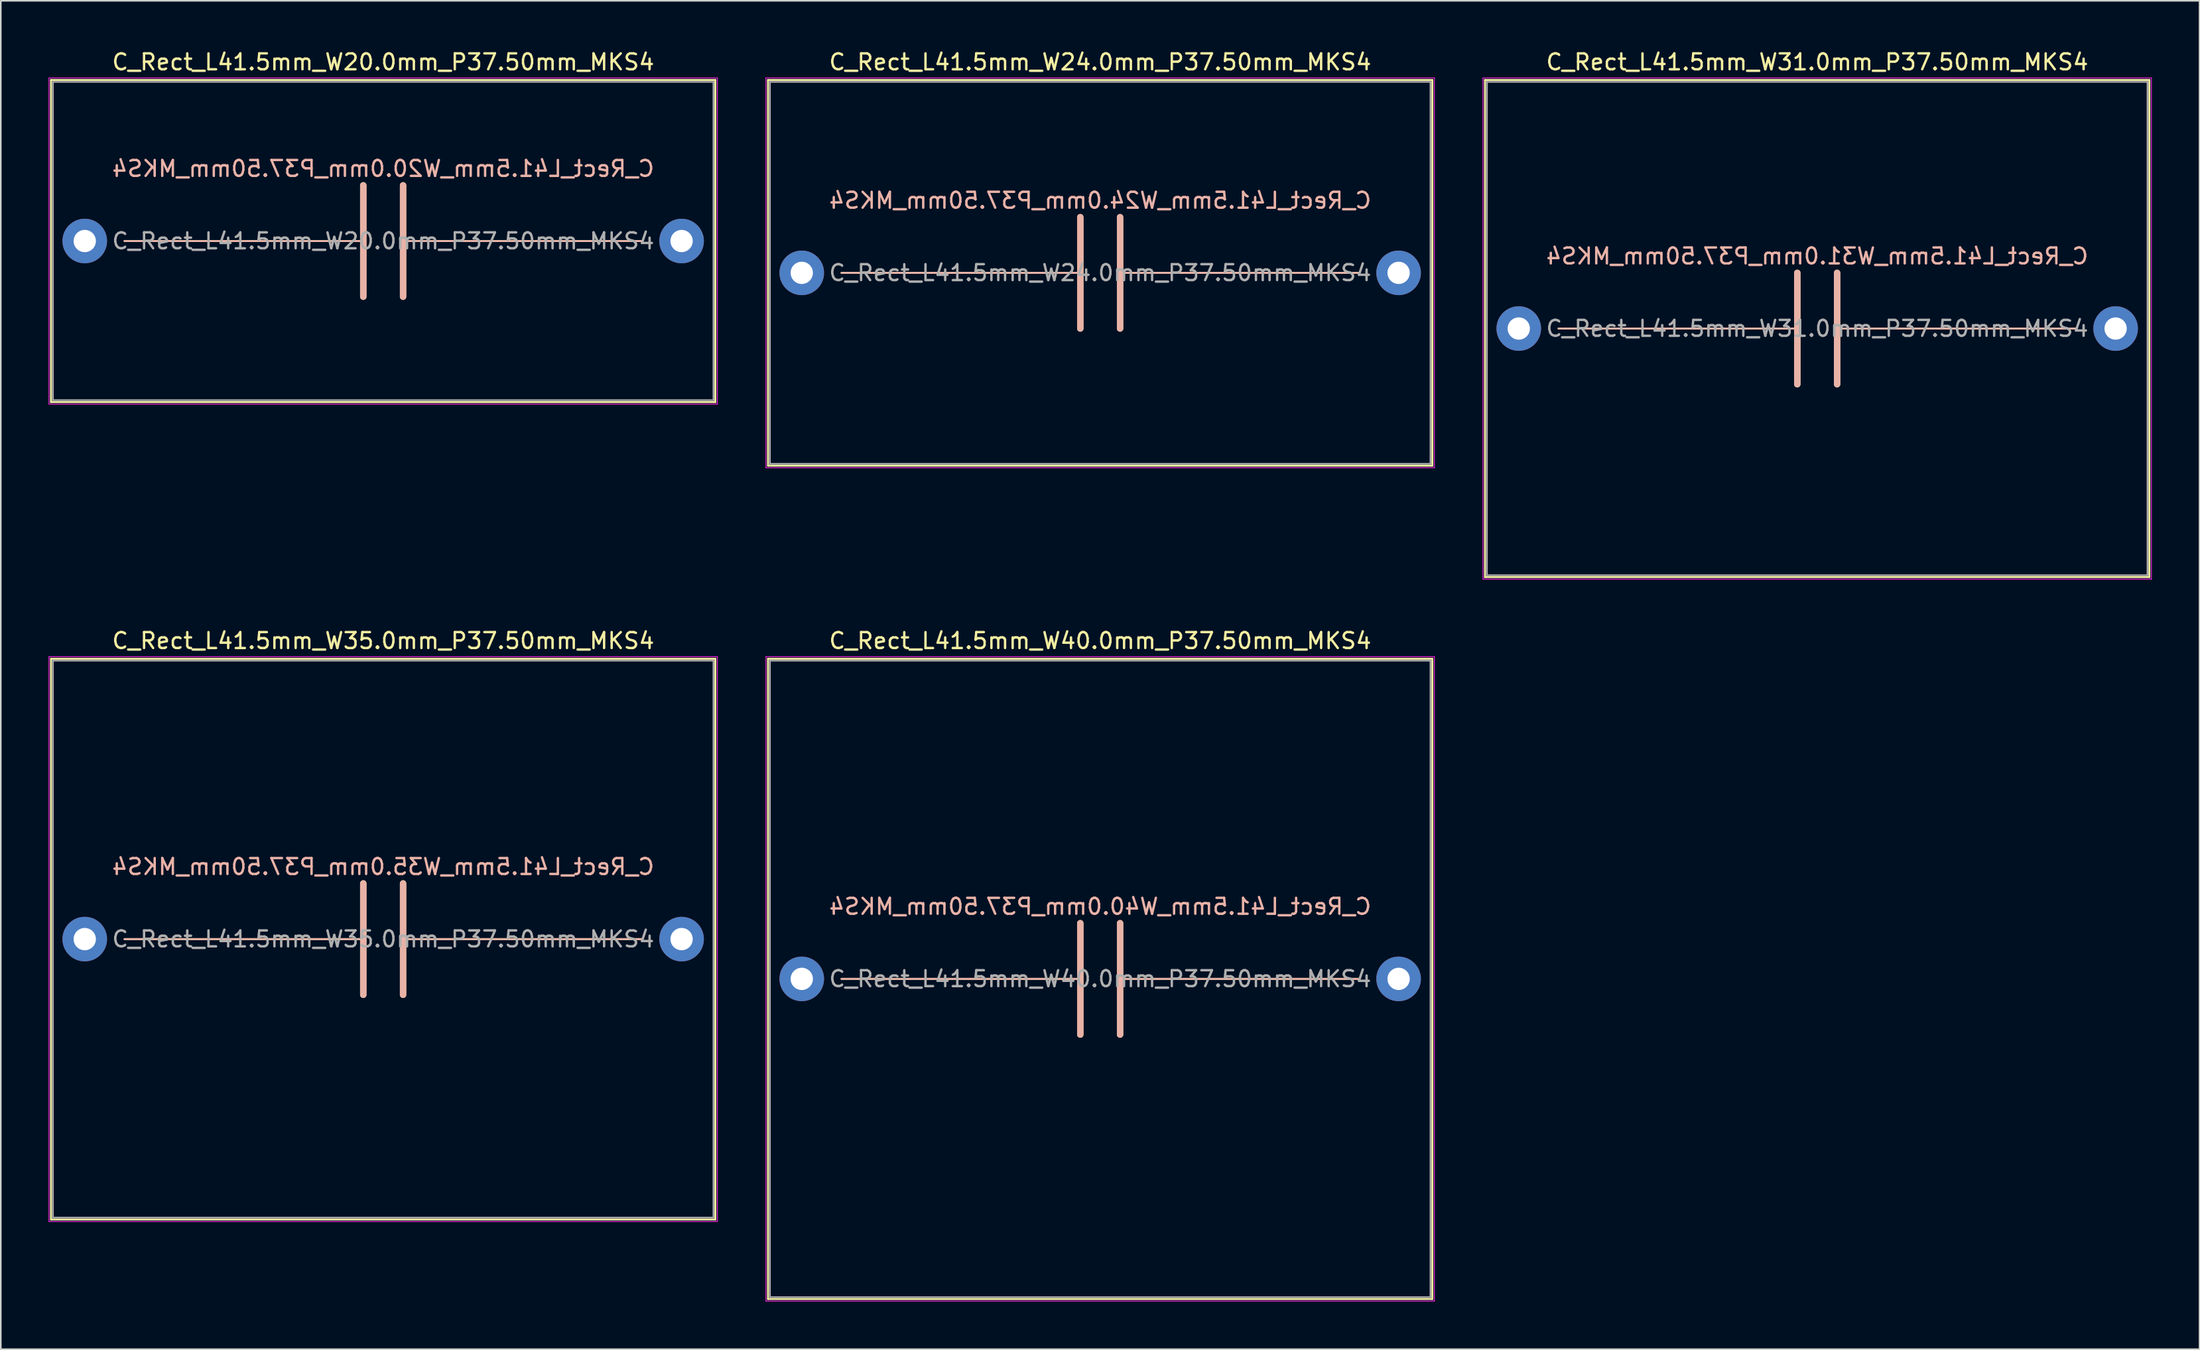
<source format=kicad_pcb>
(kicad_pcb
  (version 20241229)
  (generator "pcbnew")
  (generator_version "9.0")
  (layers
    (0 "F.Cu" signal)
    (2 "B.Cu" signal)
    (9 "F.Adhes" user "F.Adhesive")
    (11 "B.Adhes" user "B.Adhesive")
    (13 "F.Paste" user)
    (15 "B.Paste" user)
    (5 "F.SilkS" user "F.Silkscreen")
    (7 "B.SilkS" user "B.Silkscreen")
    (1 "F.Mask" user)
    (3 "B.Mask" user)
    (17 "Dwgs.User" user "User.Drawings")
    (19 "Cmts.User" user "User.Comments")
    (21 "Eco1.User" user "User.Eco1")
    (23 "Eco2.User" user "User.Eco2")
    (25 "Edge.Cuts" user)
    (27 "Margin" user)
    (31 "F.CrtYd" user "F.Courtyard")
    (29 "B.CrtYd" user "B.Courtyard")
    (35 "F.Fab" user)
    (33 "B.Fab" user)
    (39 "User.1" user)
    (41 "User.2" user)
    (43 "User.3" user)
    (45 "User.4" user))
  (footprint "C_Rect_L41.5mm_W31.0mm_P37.50mm_MKS4"
    (layer "F.Cu")
    (at 92.375 17.598)
    (property "Reference" "C_Rect_L41.5mm_W31.0mm_P37.50mm_MKS4" (at 18.75 -16.75 0) (layer "F.SilkS") (effects (font (size 1 1) (thickness 0.15))))
    (fp_line (start -2.12 -15.62) (end -2.12 15.62) (stroke (width 0.12) (type solid)) (layer "F.SilkS"))
    (fp_line (start -2.12 -15.62) (end 39.62 -15.62) (stroke (width 0.12) (type solid)) (layer "F.SilkS"))
    (fp_line (start -2.12 15.62) (end 39.62 15.62) (stroke (width 0.12) (type solid)) (layer "F.SilkS"))
    (fp_line (start 2.5 0) (end 17.5 0) (stroke (width 0.12) (type solid)) (layer "F.SilkS"))
    (fp_line (start 17.5 -3.5) (end 17.5 3.5) (stroke (width 0.4) (type solid)) (layer "F.SilkS"))
    (fp_line (start 20 -3.5) (end 20 3.5) (stroke (width 0.4) (type solid)) (layer "F.SilkS"))
    (fp_line (start 20 0) (end 35 0) (stroke (width 0.12) (type solid)) (layer "F.SilkS"))
    (fp_line (start 39.62 -15.62) (end 39.62 15.62) (stroke (width 0.12) (type solid)) (layer "F.SilkS"))
    (fp_line (start 2.5 0) (end 17.5 0) (stroke (width 0.12) (type solid)) (layer "B.SilkS"))
    (fp_line (start 17.5 3.5) (end 17.5 -3.5) (stroke (width 0.4) (type solid)) (layer "B.SilkS"))
    (fp_line (start 20 0) (end 35 0) (stroke (width 0.12) (type solid)) (layer "B.SilkS"))
    (fp_line (start 20 3.5) (end 20 -3.5) (stroke (width 0.4) (type solid)) (layer "B.SilkS"))
    (fp_line (start -2.25 -15.75) (end -2.25 15.75) (stroke (width 0.05) (type solid)) (layer "F.CrtYd"))
    (fp_line (start -2.25 15.75) (end 39.75 15.75) (stroke (width 0.05) (type solid)) (layer "F.CrtYd"))
    (fp_line (start 39.75 -15.75) (end -2.25 -15.75) (stroke (width 0.05) (type solid)) (layer "F.CrtYd"))
    (fp_line (start 39.75 15.75) (end 39.75 -15.75) (stroke (width 0.05) (type solid)) (layer "F.CrtYd"))
    (fp_line (start -2 -15.5) (end -2 15.5) (stroke (width 0.1) (type solid)) (layer "F.Fab"))
    (fp_line (start -2 15.5) (end 39.5 15.5) (stroke (width 0.1) (type solid)) (layer "F.Fab"))
    (fp_line (start 39.5 -15.5) (end -2 -15.5) (stroke (width 0.1) (type solid)) (layer "F.Fab"))
    (fp_line (start 39.5 15.5) (end 39.5 -15.5) (stroke (width 0.1) (type solid)) (layer "F.Fab"))
    (fp_text user "${REFERENCE}" (at 18.75 -4.55 0) (layer "B.SilkS") (effects (font (size 1 1) (thickness 0.15)) (justify mirror)))
    (fp_text user "${REFERENCE}" (at 18.75 0 0) (layer "F.Fab") (effects (font (size 1 1) (thickness 0.15))))
    (pad "1" thru_hole circle (at 0 0) (size 2.8 2.8) (drill 1.4) (layers "*.Cu" "*.Mask"))
    (pad "2" thru_hole circle (at 37.5 0) (size 2.8 2.8) (drill 1.4) (layers "*.Cu" "*.Mask")))
  (footprint "C_Rect_L41.5mm_W40.0mm_P37.50mm_MKS4"
    (layer "F.Cu")
    (at 47.325 58.471)
    (property "Reference" "C_Rect_L41.5mm_W40.0mm_P37.50mm_MKS4" (at 18.75 -21.25 0) (layer "F.SilkS") (effects (font (size 1 1) (thickness 0.15))))
    (fp_line (start -2.12 -20.12) (end -2.12 20.12) (stroke (width 0.12) (type solid)) (layer "F.SilkS"))
    (fp_line (start -2.12 -20.12) (end 39.62 -20.12) (stroke (width 0.12) (type solid)) (layer "F.SilkS"))
    (fp_line (start -2.12 20.12) (end 39.62 20.12) (stroke (width 0.12) (type solid)) (layer "F.SilkS"))
    (fp_line (start 2.5 0) (end 17.5 0) (stroke (width 0.12) (type solid)) (layer "F.SilkS"))
    (fp_line (start 17.5 -3.5) (end 17.5 3.5) (stroke (width 0.4) (type solid)) (layer "F.SilkS"))
    (fp_line (start 20 -3.5) (end 20 3.5) (stroke (width 0.4) (type solid)) (layer "F.SilkS"))
    (fp_line (start 20 0) (end 35 0) (stroke (width 0.12) (type solid)) (layer "F.SilkS"))
    (fp_line (start 39.62 -20.12) (end 39.62 20.12) (stroke (width 0.12) (type solid)) (layer "F.SilkS"))
    (fp_line (start 2.5 0) (end 17.5 0) (stroke (width 0.12) (type solid)) (layer "B.SilkS"))
    (fp_line (start 17.5 3.5) (end 17.5 -3.5) (stroke (width 0.4) (type solid)) (layer "B.SilkS"))
    (fp_line (start 20 0) (end 35 0) (stroke (width 0.12) (type solid)) (layer "B.SilkS"))
    (fp_line (start 20 3.5) (end 20 -3.5) (stroke (width 0.4) (type solid)) (layer "B.SilkS"))
    (fp_line (start -2.25 -20.25) (end -2.25 20.25) (stroke (width 0.05) (type solid)) (layer "F.CrtYd"))
    (fp_line (start -2.25 20.25) (end 39.75 20.25) (stroke (width 0.05) (type solid)) (layer "F.CrtYd"))
    (fp_line (start 39.75 -20.25) (end -2.25 -20.25) (stroke (width 0.05) (type solid)) (layer "F.CrtYd"))
    (fp_line (start 39.75 20.25) (end 39.75 -20.25) (stroke (width 0.05) (type solid)) (layer "F.CrtYd"))
    (fp_line (start -2 -20) (end -2 20) (stroke (width 0.1) (type solid)) (layer "F.Fab"))
    (fp_line (start -2 20) (end 39.5 20) (stroke (width 0.1) (type solid)) (layer "F.Fab"))
    (fp_line (start 39.5 -20) (end -2 -20) (stroke (width 0.1) (type solid)) (layer "F.Fab"))
    (fp_line (start 39.5 20) (end 39.5 -20) (stroke (width 0.1) (type solid)) (layer "F.Fab"))
    (fp_text user "${REFERENCE}" (at 18.75 -4.55 0) (layer "B.SilkS") (effects (font (size 1 1) (thickness 0.15)) (justify mirror)))
    (fp_text user "${REFERENCE}" (at 18.75 0 0) (layer "F.Fab") (effects (font (size 1 1) (thickness 0.15))))
    (pad "1" thru_hole circle (at 0 0) (size 2.8 2.8) (drill 1.4) (layers "*.Cu" "*.Mask"))
    (pad "2" thru_hole circle (at 37.5 0) (size 2.8 2.8) (drill 1.4) (layers "*.Cu" "*.Mask")))
  (footprint "C_Rect_L41.5mm_W24.0mm_P37.50mm_MKS4"
    (layer "F.Cu")
    (at 47.325 14.098)
    (property "Reference" "C_Rect_L41.5mm_W24.0mm_P37.50mm_MKS4" (at 18.75 -13.25 0) (layer "F.SilkS") (effects (font (size 1 1) (thickness 0.15))))
    (fp_line (start -2.12 -12.12) (end -2.12 12.12) (stroke (width 0.12) (type solid)) (layer "F.SilkS"))
    (fp_line (start -2.12 -12.12) (end 39.62 -12.12) (stroke (width 0.12) (type solid)) (layer "F.SilkS"))
    (fp_line (start -2.12 12.12) (end 39.62 12.12) (stroke (width 0.12) (type solid)) (layer "F.SilkS"))
    (fp_line (start 2.5 0) (end 17.5 0) (stroke (width 0.12) (type solid)) (layer "F.SilkS"))
    (fp_line (start 17.5 -3.5) (end 17.5 3.5) (stroke (width 0.4) (type solid)) (layer "F.SilkS"))
    (fp_line (start 20 -3.5) (end 20 3.5) (stroke (width 0.4) (type solid)) (layer "F.SilkS"))
    (fp_line (start 20 0) (end 35 0) (stroke (width 0.12) (type solid)) (layer "F.SilkS"))
    (fp_line (start 39.62 -12.12) (end 39.62 12.12) (stroke (width 0.12) (type solid)) (layer "F.SilkS"))
    (fp_line (start 2.5 0) (end 17.5 0) (stroke (width 0.12) (type solid)) (layer "B.SilkS"))
    (fp_line (start 17.5 3.5) (end 17.5 -3.5) (stroke (width 0.4) (type solid)) (layer "B.SilkS"))
    (fp_line (start 20 0) (end 35 0) (stroke (width 0.12) (type solid)) (layer "B.SilkS"))
    (fp_line (start 20 3.5) (end 20 -3.5) (stroke (width 0.4) (type solid)) (layer "B.SilkS"))
    (fp_line (start -2.25 -12.25) (end -2.25 12.25) (stroke (width 0.05) (type solid)) (layer "F.CrtYd"))
    (fp_line (start -2.25 12.25) (end 39.75 12.25) (stroke (width 0.05) (type solid)) (layer "F.CrtYd"))
    (fp_line (start 39.75 -12.25) (end -2.25 -12.25) (stroke (width 0.05) (type solid)) (layer "F.CrtYd"))
    (fp_line (start 39.75 12.25) (end 39.75 -12.25) (stroke (width 0.05) (type solid)) (layer "F.CrtYd"))
    (fp_line (start -2 -12) (end -2 12) (stroke (width 0.1) (type solid)) (layer "F.Fab"))
    (fp_line (start -2 12) (end 39.5 12) (stroke (width 0.1) (type solid)) (layer "F.Fab"))
    (fp_line (start 39.5 -12) (end -2 -12) (stroke (width 0.1) (type solid)) (layer "F.Fab"))
    (fp_line (start 39.5 12) (end 39.5 -12) (stroke (width 0.1) (type solid)) (layer "F.Fab"))
    (fp_text user "${REFERENCE}" (at 18.75 -4.55 0) (layer "B.SilkS") (effects (font (size 1 1) (thickness 0.15)) (justify mirror)))
    (fp_text user "${REFERENCE}" (at 18.75 0 0) (layer "F.Fab") (effects (font (size 1 1) (thickness 0.15))))
    (pad "1" thru_hole circle (at 0 0) (size 2.8 2.8) (drill 1.4) (layers "*.Cu" "*.Mask"))
    (pad "2" thru_hole circle (at 37.5 0) (size 2.8 2.8) (drill 1.4) (layers "*.Cu" "*.Mask")))
  (footprint "C_Rect_L41.5mm_W20.0mm_P37.50mm_MKS4"
    (layer "F.Cu")
    (at 2.275 12.098)
    (property "Reference" "C_Rect_L41.5mm_W20.0mm_P37.50mm_MKS4" (at 18.75 -11.25 0) (layer "F.SilkS") (effects (font (size 1 1) (thickness 0.15))))
    (fp_line (start -2.12 -10.12) (end -2.12 10.12) (stroke (width 0.12) (type solid)) (layer "F.SilkS"))
    (fp_line (start -2.12 -10.12) (end 39.62 -10.12) (stroke (width 0.12) (type solid)) (layer "F.SilkS"))
    (fp_line (start -2.12 10.12) (end 39.62 10.12) (stroke (width 0.12) (type solid)) (layer "F.SilkS"))
    (fp_line (start 2.5 0) (end 17.5 0) (stroke (width 0.12) (type solid)) (layer "F.SilkS"))
    (fp_line (start 17.5 -3.5) (end 17.5 3.5) (stroke (width 0.4) (type solid)) (layer "F.SilkS"))
    (fp_line (start 20 -3.5) (end 20 3.5) (stroke (width 0.4) (type solid)) (layer "F.SilkS"))
    (fp_line (start 20 0) (end 35 0) (stroke (width 0.12) (type solid)) (layer "F.SilkS"))
    (fp_line (start 39.62 -10.12) (end 39.62 10.12) (stroke (width 0.12) (type solid)) (layer "F.SilkS"))
    (fp_line (start 2.5 0) (end 17.5 0) (stroke (width 0.12) (type solid)) (layer "B.SilkS"))
    (fp_line (start 17.5 3.5) (end 17.5 -3.5) (stroke (width 0.4) (type solid)) (layer "B.SilkS"))
    (fp_line (start 20 0) (end 35 0) (stroke (width 0.12) (type solid)) (layer "B.SilkS"))
    (fp_line (start 20 3.5) (end 20 -3.5) (stroke (width 0.4) (type solid)) (layer "B.SilkS"))
    (fp_line (start -2.25 -10.25) (end -2.25 10.25) (stroke (width 0.05) (type solid)) (layer "F.CrtYd"))
    (fp_line (start -2.25 10.25) (end 39.75 10.25) (stroke (width 0.05) (type solid)) (layer "F.CrtYd"))
    (fp_line (start 39.75 -10.25) (end -2.25 -10.25) (stroke (width 0.05) (type solid)) (layer "F.CrtYd"))
    (fp_line (start 39.75 10.25) (end 39.75 -10.25) (stroke (width 0.05) (type solid)) (layer "F.CrtYd"))
    (fp_line (start -2 -10) (end -2 10) (stroke (width 0.1) (type solid)) (layer "F.Fab"))
    (fp_line (start -2 10) (end 39.5 10) (stroke (width 0.1) (type solid)) (layer "F.Fab"))
    (fp_line (start 39.5 -10) (end -2 -10) (stroke (width 0.1) (type solid)) (layer "F.Fab"))
    (fp_line (start 39.5 10) (end 39.5 -10) (stroke (width 0.1) (type solid)) (layer "F.Fab"))
    (fp_text user "${REFERENCE}" (at 18.75 -4.55 0) (layer "B.SilkS") (effects (font (size 1 1) (thickness 0.15)) (justify mirror)))
    (fp_text user "${REFERENCE}" (at 18.75 0 0) (layer "F.Fab") (effects (font (size 1 1) (thickness 0.15))))
    (pad "1" thru_hole circle (at 0 0) (size 2.8 2.8) (drill 1.4) (layers "*.Cu" "*.Mask"))
    (pad "2" thru_hole circle (at 37.5 0) (size 2.8 2.8) (drill 1.4) (layers "*.Cu" "*.Mask")))
  (footprint "C_Rect_L41.5mm_W35.0mm_P37.50mm_MKS4"
    (layer "F.Cu")
    (at 2.275 55.971)
    (property "Reference" "C_Rect_L41.5mm_W35.0mm_P37.50mm_MKS4" (at 18.75 -18.75 0) (layer "F.SilkS") (effects (font (size 1 1) (thickness 0.15))))
    (fp_line (start -2.12 -17.62) (end -2.12 17.62) (stroke (width 0.12) (type solid)) (layer "F.SilkS"))
    (fp_line (start -2.12 -17.62) (end 39.62 -17.62) (stroke (width 0.12) (type solid)) (layer "F.SilkS"))
    (fp_line (start -2.12 17.62) (end 39.62 17.62) (stroke (width 0.12) (type solid)) (layer "F.SilkS"))
    (fp_line (start 2.5 0) (end 17.5 0) (stroke (width 0.12) (type solid)) (layer "F.SilkS"))
    (fp_line (start 17.5 -3.5) (end 17.5 3.5) (stroke (width 0.4) (type solid)) (layer "F.SilkS"))
    (fp_line (start 20 -3.5) (end 20 3.5) (stroke (width 0.4) (type solid)) (layer "F.SilkS"))
    (fp_line (start 20 0) (end 35 0) (stroke (width 0.12) (type solid)) (layer "F.SilkS"))
    (fp_line (start 39.62 -17.62) (end 39.62 17.62) (stroke (width 0.12) (type solid)) (layer "F.SilkS"))
    (fp_line (start 2.5 0) (end 17.5 0) (stroke (width 0.12) (type solid)) (layer "B.SilkS"))
    (fp_line (start 17.5 3.5) (end 17.5 -3.5) (stroke (width 0.4) (type solid)) (layer "B.SilkS"))
    (fp_line (start 20 0) (end 35 0) (stroke (width 0.12) (type solid)) (layer "B.SilkS"))
    (fp_line (start 20 3.5) (end 20 -3.5) (stroke (width 0.4) (type solid)) (layer "B.SilkS"))
    (fp_line (start -2.25 -17.75) (end -2.25 17.75) (stroke (width 0.05) (type solid)) (layer "F.CrtYd"))
    (fp_line (start -2.25 17.75) (end 39.75 17.75) (stroke (width 0.05) (type solid)) (layer "F.CrtYd"))
    (fp_line (start 39.75 -17.75) (end -2.25 -17.75) (stroke (width 0.05) (type solid)) (layer "F.CrtYd"))
    (fp_line (start 39.75 17.75) (end 39.75 -17.75) (stroke (width 0.05) (type solid)) (layer "F.CrtYd"))
    (fp_line (start -2 -17.5) (end -2 17.5) (stroke (width 0.1) (type solid)) (layer "F.Fab"))
    (fp_line (start -2 17.5) (end 39.5 17.5) (stroke (width 0.1) (type solid)) (layer "F.Fab"))
    (fp_line (start 39.5 -17.5) (end -2 -17.5) (stroke (width 0.1) (type solid)) (layer "F.Fab"))
    (fp_line (start 39.5 17.5) (end 39.5 -17.5) (stroke (width 0.1) (type solid)) (layer "F.Fab"))
    (fp_text user "${REFERENCE}" (at 18.75 -4.55 0) (layer "B.SilkS") (effects (font (size 1 1) (thickness 0.15)) (justify mirror)))
    (fp_text user "${REFERENCE}" (at 18.75 0 0) (layer "F.Fab") (effects (font (size 1 1) (thickness 0.15))))
    (pad "1" thru_hole circle (at 0 0) (size 2.8 2.8) (drill 1.4) (layers "*.Cu" "*.Mask"))
    (pad "2" thru_hole circle (at 37.5 0) (size 2.8 2.8) (drill 1.4) (layers "*.Cu" "*.Mask")))
  (gr_rect
    (start -3 -3)
    (end 135.15 81.746)
    (stroke (width 0.1) (type default))
    (fill no)
    (layer "Edge.Cuts")))
</source>
